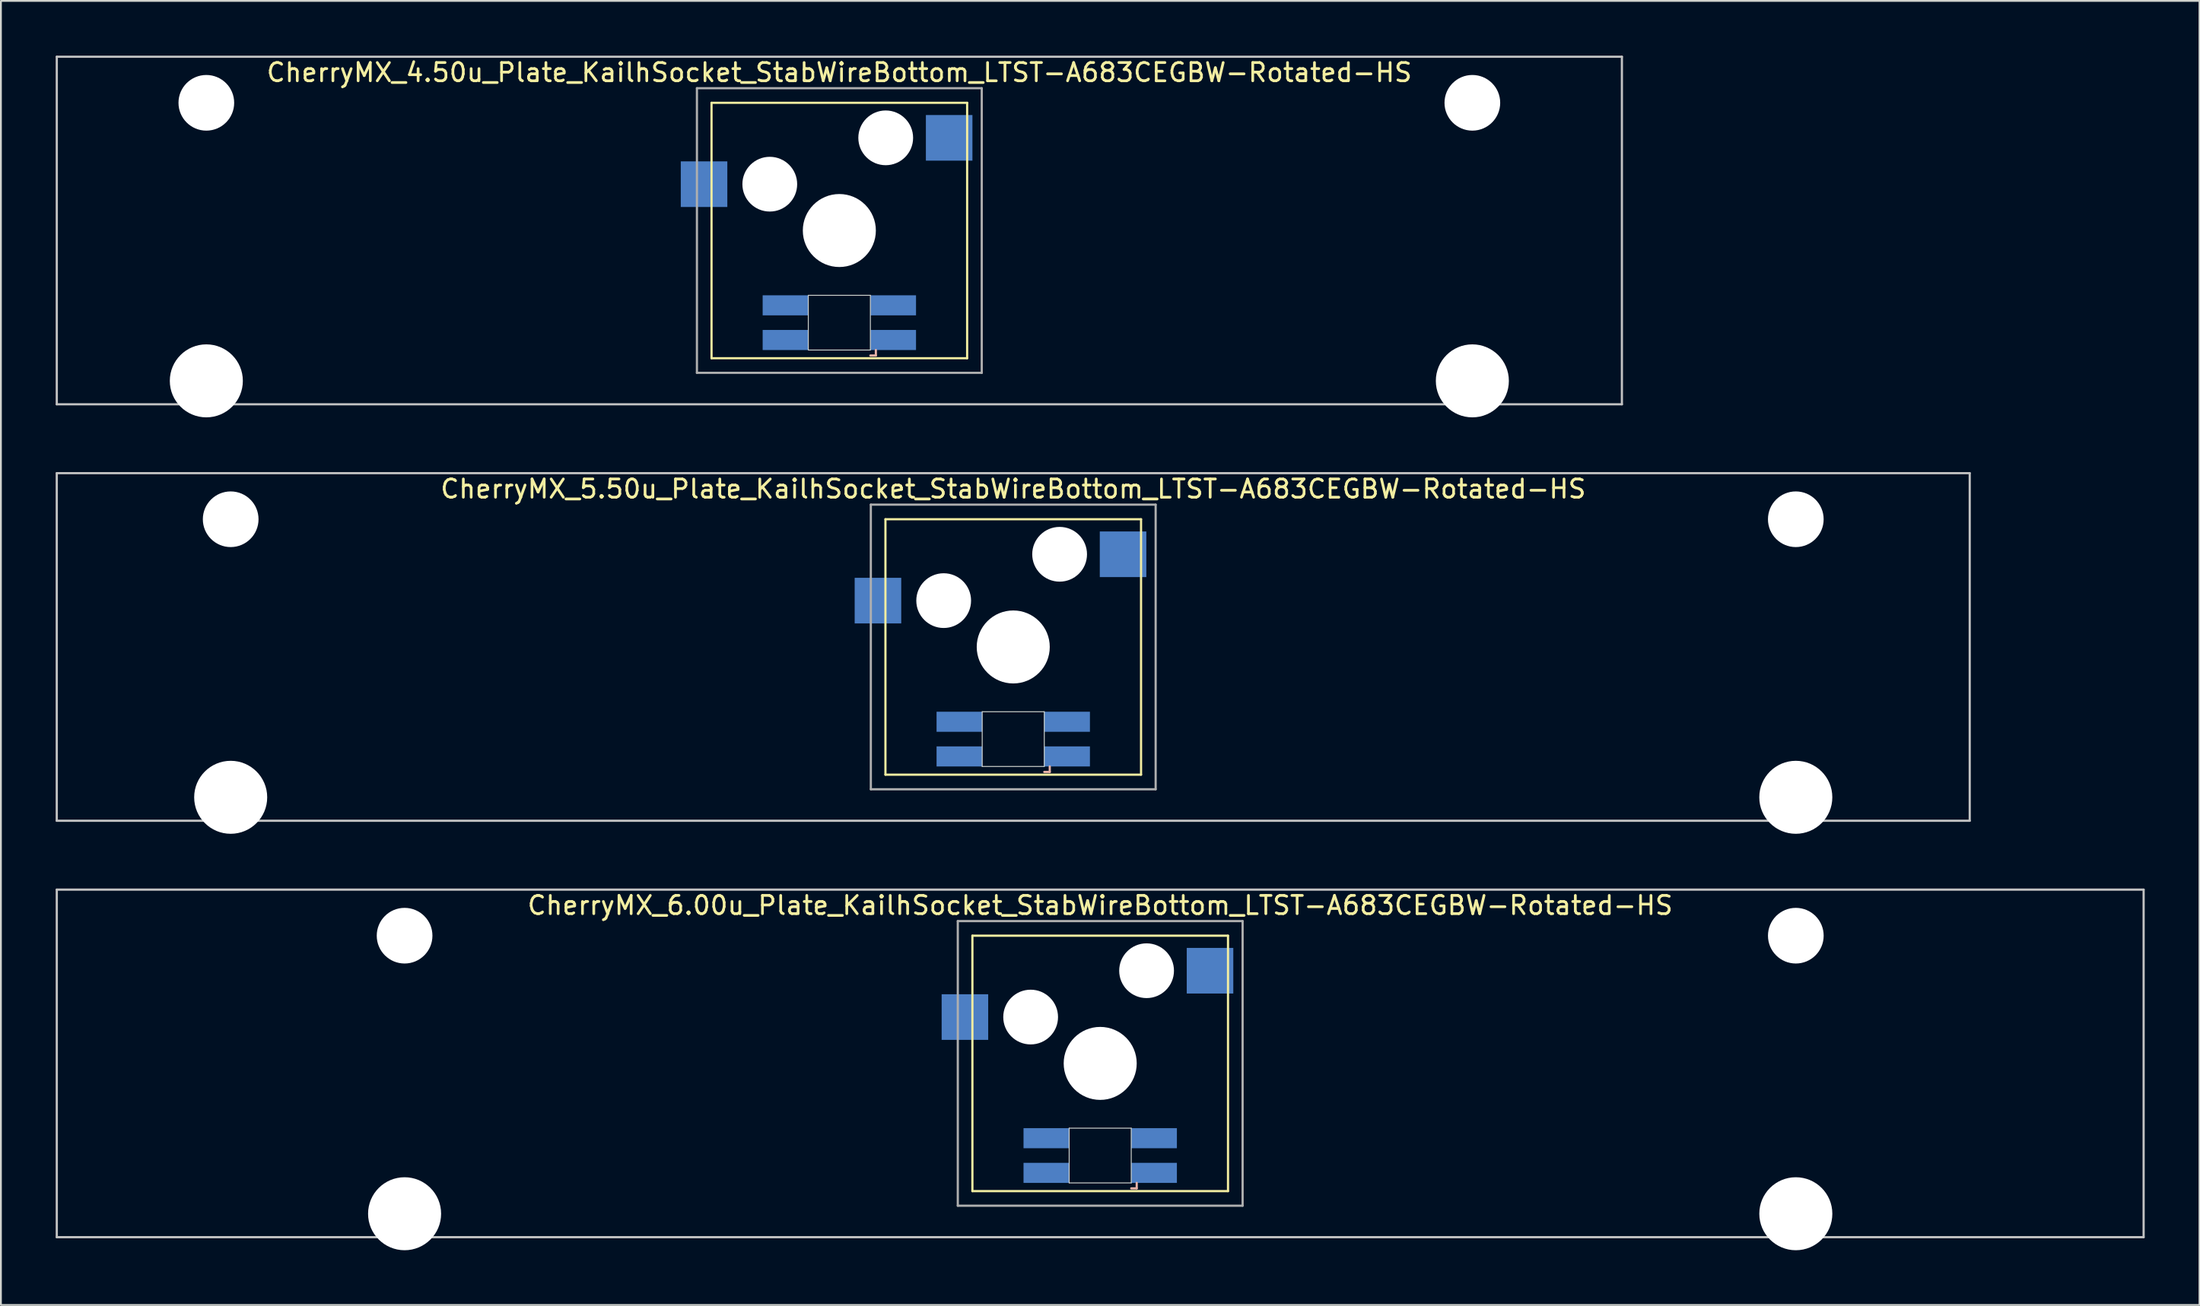
<source format=kicad_pcb>
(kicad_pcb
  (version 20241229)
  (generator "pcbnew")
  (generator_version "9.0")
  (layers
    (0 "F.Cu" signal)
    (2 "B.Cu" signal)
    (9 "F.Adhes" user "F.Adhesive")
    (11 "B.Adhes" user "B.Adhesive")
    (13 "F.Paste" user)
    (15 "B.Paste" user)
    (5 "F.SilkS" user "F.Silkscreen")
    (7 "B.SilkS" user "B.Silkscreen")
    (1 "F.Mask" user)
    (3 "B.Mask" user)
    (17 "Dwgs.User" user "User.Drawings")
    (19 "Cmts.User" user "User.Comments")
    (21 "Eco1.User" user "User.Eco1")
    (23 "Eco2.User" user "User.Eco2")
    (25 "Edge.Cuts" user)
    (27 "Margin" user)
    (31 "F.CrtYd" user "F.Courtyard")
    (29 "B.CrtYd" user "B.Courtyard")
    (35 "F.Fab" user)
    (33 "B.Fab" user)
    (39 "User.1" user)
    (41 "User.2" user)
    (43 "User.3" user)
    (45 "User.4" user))
  (footprint "CherryMX_6.00u_Plate_KailhSocket_StabWireBottom_LTST-A683CEGBW-Rotated-HS"
    (layer "F.Cu")
    (at 57.21 55.235)
    (property "Reference" "CherryMX_6.00u_Plate_KailhSocket_StabWireBottom_LTST-A683CEGBW-Rotated-HS" (at 0 -8.662 0) (layer "F.SilkS") (effects (font (size 1 1) (thickness 0.15))))
    (attr through_hole)
    (fp_line (start -7 -7) (end -7 7) (stroke (width 0.12) (type solid)) (layer "F.SilkS"))
    (fp_line (start -7 -7) (end 7 -7) (stroke (width 0.12) (type solid)) (layer "F.SilkS"))
    (fp_line (start 7 -7) (end 7 7) (stroke (width 0.12) (type solid)) (layer "F.SilkS"))
    (fp_line (start 7 7) (end -7 7) (stroke (width 0.12) (type solid)) (layer "F.SilkS"))
    (fp_line (start 1.7 6.85) (end 2 6.85) (stroke (width 0.12) (type solid)) (layer "B.SilkS"))
    (fp_line (start 2 6.85) (end 2 6.55) (stroke (width 0.12) (type solid)) (layer "B.SilkS"))
    (fp_line (start -57.15 -9.525) (end 57.15 -9.525) (stroke (width 0.12) (type solid)) (layer "Dwgs.User"))
    (fp_line (start -57.15 9.525) (end -57.15 -9.525) (stroke (width 0.12) (type solid)) (layer "Dwgs.User"))
    (fp_line (start 57.15 -9.525) (end 57.15 9.525) (stroke (width 0.12) (type solid)) (layer "Dwgs.User"))
    (fp_line (start 57.15 9.525) (end -57.15 9.525) (stroke (width 0.12) (type solid)) (layer "Dwgs.User"))
    (fp_line (start -1.7 3.55) (end 1.7 3.55) (stroke (width 0.05) (type solid)) (layer "Edge.Cuts"))
    (fp_line (start -1.7 6.55) (end -1.7 3.55) (stroke (width 0.05) (type solid)) (layer "Edge.Cuts"))
    (fp_line (start 1.7 3.55) (end 1.7 6.55) (stroke (width 0.05) (type solid)) (layer "Edge.Cuts"))
    (fp_line (start 1.7 6.55) (end -1.7 6.55) (stroke (width 0.05) (type solid)) (layer "Edge.Cuts"))
    (fp_line (start -7.8 -7.8) (end -7.8 7.8) (stroke (width 0.12) (type solid)) (layer "F.Fab"))
    (fp_line (start -7.8 -7.8) (end 7.8 -7.8) (stroke (width 0.12) (type solid)) (layer "F.Fab"))
    (fp_line (start -7.8 7.8) (end 7.8 7.8) (stroke (width 0.12) (type solid)) (layer "F.Fab"))
    (fp_line (start 7.8 -7.8) (end 7.8 7.8) (stroke (width 0.12) (type solid)) (layer "F.Fab"))
    (pad "" np_thru_hole circle (at -38.1 -7) (size 3.05 3.05) (drill 3.05) (layers "*.Cu" "*.Mask"))
    (pad "" np_thru_hole circle (at -38.1 8.24) (size 4 4) (drill 4) (layers "*.Cu" "*.Mask"))
    (pad "" np_thru_hole circle (at -3.81 -2.54) (size 3 3) (drill 3) (layers "*.Cu" "*.Mask"))
    (pad "" np_thru_hole circle (at 0 0) (size 4 4) (drill 4) (layers "*.Cu" "*.Mask"))
    (pad "" np_thru_hole circle (at 2.54 -5.08) (size 3 3) (drill 3) (layers "*.Cu" "*.Mask"))
    (pad "" np_thru_hole circle (at 38.1 -7) (size 3.05 3.05) (drill 3.05) (layers "*.Cu" "*.Mask"))
    (pad "" np_thru_hole circle (at 38.1 8.24) (size 4 4) (drill 4) (layers "*.Cu" "*.Mask"))
    (pad "1" smd rect (at -7.41 -2.54) (size 2.55 2.5) (layers "B.Cu" "B.Mask" "B.Paste"))
    (pad "2" smd rect (at 6.015 -5.08) (size 2.55 2.5) (layers "B.Cu" "B.Mask" "B.Paste"))
    (pad "3" smd rect (at 2.95 6) (size 2.5 1.1) (layers "B.Cu" "B.Mask" "B.Paste"))
    (pad "4" smd rect (at 2.95 4.1) (size 2.5 1.1) (layers "B.Cu" "B.Mask" "B.Paste"))
    (pad "5" smd rect (at -2.95 6) (size 2.5 1.1) (layers "B.Cu" "B.Mask" "B.Paste"))
    (pad "6" smd rect (at -2.95 4.1) (size 2.5 1.1) (layers "B.Cu" "B.Mask" "B.Paste")))
  (footprint "CherryMX_5.50u_Plate_KailhSocket_StabWireBottom_LTST-A683CEGBW-Rotated-HS"
    (layer "F.Cu")
    (at 52.447 32.41)
    (property "Reference" "CherryMX_5.50u_Plate_KailhSocket_StabWireBottom_LTST-A683CEGBW-Rotated-HS" (at 0 -8.662 0) (layer "F.SilkS") (effects (font (size 1 1) (thickness 0.15))))
    (attr through_hole)
    (fp_line (start -7 -7) (end -7 7) (stroke (width 0.12) (type solid)) (layer "F.SilkS"))
    (fp_line (start -7 -7) (end 7 -7) (stroke (width 0.12) (type solid)) (layer "F.SilkS"))
    (fp_line (start 7 -7) (end 7 7) (stroke (width 0.12) (type solid)) (layer "F.SilkS"))
    (fp_line (start 7 7) (end -7 7) (stroke (width 0.12) (type solid)) (layer "F.SilkS"))
    (fp_line (start 1.7 6.85) (end 2 6.85) (stroke (width 0.12) (type solid)) (layer "B.SilkS"))
    (fp_line (start 2 6.85) (end 2 6.55) (stroke (width 0.12) (type solid)) (layer "B.SilkS"))
    (fp_line (start -52.388 -9.525) (end 52.388 -9.525) (stroke (width 0.12) (type solid)) (layer "Dwgs.User"))
    (fp_line (start -52.388 9.525) (end -52.388 -9.525) (stroke (width 0.12) (type solid)) (layer "Dwgs.User"))
    (fp_line (start 52.388 -9.525) (end 52.388 9.525) (stroke (width 0.12) (type solid)) (layer "Dwgs.User"))
    (fp_line (start 52.388 9.525) (end -52.388 9.525) (stroke (width 0.12) (type solid)) (layer "Dwgs.User"))
    (fp_line (start -1.7 3.55) (end 1.7 3.55) (stroke (width 0.05) (type solid)) (layer "Edge.Cuts"))
    (fp_line (start -1.7 6.55) (end -1.7 3.55) (stroke (width 0.05) (type solid)) (layer "Edge.Cuts"))
    (fp_line (start 1.7 3.55) (end 1.7 6.55) (stroke (width 0.05) (type solid)) (layer "Edge.Cuts"))
    (fp_line (start 1.7 6.55) (end -1.7 6.55) (stroke (width 0.05) (type solid)) (layer "Edge.Cuts"))
    (fp_line (start -7.8 -7.8) (end -7.8 7.8) (stroke (width 0.12) (type solid)) (layer "F.Fab"))
    (fp_line (start -7.8 -7.8) (end 7.8 -7.8) (stroke (width 0.12) (type solid)) (layer "F.Fab"))
    (fp_line (start -7.8 7.8) (end 7.8 7.8) (stroke (width 0.12) (type solid)) (layer "F.Fab"))
    (fp_line (start 7.8 -7.8) (end 7.8 7.8) (stroke (width 0.12) (type solid)) (layer "F.Fab"))
    (pad "" np_thru_hole circle (at -42.862 -7) (size 3.05 3.05) (drill 3.05) (layers "*.Cu" "*.Mask"))
    (pad "" np_thru_hole circle (at -42.862 8.24) (size 4 4) (drill 4) (layers "*.Cu" "*.Mask"))
    (pad "" np_thru_hole circle (at -3.81 -2.54) (size 3 3) (drill 3) (layers "*.Cu" "*.Mask"))
    (pad "" np_thru_hole circle (at 0 0) (size 4 4) (drill 4) (layers "*.Cu" "*.Mask"))
    (pad "" np_thru_hole circle (at 2.54 -5.08) (size 3 3) (drill 3) (layers "*.Cu" "*.Mask"))
    (pad "" np_thru_hole circle (at 42.862 -7) (size 3.05 3.05) (drill 3.05) (layers "*.Cu" "*.Mask"))
    (pad "" np_thru_hole circle (at 42.862 8.24) (size 4 4) (drill 4) (layers "*.Cu" "*.Mask"))
    (pad "1" smd rect (at -7.41 -2.54) (size 2.55 2.5) (layers "B.Cu" "B.Mask" "B.Paste"))
    (pad "2" smd rect (at 6.015 -5.08) (size 2.55 2.5) (layers "B.Cu" "B.Mask" "B.Paste"))
    (pad "3" smd rect (at 2.95 6) (size 2.5 1.1) (layers "B.Cu" "B.Mask" "B.Paste"))
    (pad "4" smd rect (at 2.95 4.1) (size 2.5 1.1) (layers "B.Cu" "B.Mask" "B.Paste"))
    (pad "5" smd rect (at -2.95 6) (size 2.5 1.1) (layers "B.Cu" "B.Mask" "B.Paste"))
    (pad "6" smd rect (at -2.95 4.1) (size 2.5 1.1) (layers "B.Cu" "B.Mask" "B.Paste")))
  (footprint "CherryMX_4.50u_Plate_KailhSocket_StabWireBottom_LTST-A683CEGBW-Rotated-HS"
    (layer "F.Cu")
    (at 42.922 9.585)
    (property "Reference" "CherryMX_4.50u_Plate_KailhSocket_StabWireBottom_LTST-A683CEGBW-Rotated-HS" (at 0 -8.662 0) (layer "F.SilkS") (effects (font (size 1 1) (thickness 0.15))))
    (attr through_hole)
    (fp_line (start -7 -7) (end -7 7) (stroke (width 0.12) (type solid)) (layer "F.SilkS"))
    (fp_line (start -7 -7) (end 7 -7) (stroke (width 0.12) (type solid)) (layer "F.SilkS"))
    (fp_line (start 7 -7) (end 7 7) (stroke (width 0.12) (type solid)) (layer "F.SilkS"))
    (fp_line (start 7 7) (end -7 7) (stroke (width 0.12) (type solid)) (layer "F.SilkS"))
    (fp_line (start 1.7 6.85) (end 2 6.85) (stroke (width 0.12) (type solid)) (layer "B.SilkS"))
    (fp_line (start 2 6.85) (end 2 6.55) (stroke (width 0.12) (type solid)) (layer "B.SilkS"))
    (fp_line (start -42.862 -9.525) (end 42.862 -9.525) (stroke (width 0.12) (type solid)) (layer "Dwgs.User"))
    (fp_line (start -42.862 9.525) (end -42.862 -9.525) (stroke (width 0.12) (type solid)) (layer "Dwgs.User"))
    (fp_line (start 42.862 -9.525) (end 42.862 9.525) (stroke (width 0.12) (type solid)) (layer "Dwgs.User"))
    (fp_line (start 42.862 9.525) (end -42.862 9.525) (stroke (width 0.12) (type solid)) (layer "Dwgs.User"))
    (fp_line (start -1.7 3.55) (end 1.7 3.55) (stroke (width 0.05) (type solid)) (layer "Edge.Cuts"))
    (fp_line (start -1.7 6.55) (end -1.7 3.55) (stroke (width 0.05) (type solid)) (layer "Edge.Cuts"))
    (fp_line (start 1.7 3.55) (end 1.7 6.55) (stroke (width 0.05) (type solid)) (layer "Edge.Cuts"))
    (fp_line (start 1.7 6.55) (end -1.7 6.55) (stroke (width 0.05) (type solid)) (layer "Edge.Cuts"))
    (fp_line (start -7.8 -7.8) (end -7.8 7.8) (stroke (width 0.12) (type solid)) (layer "F.Fab"))
    (fp_line (start -7.8 -7.8) (end 7.8 -7.8) (stroke (width 0.12) (type solid)) (layer "F.Fab"))
    (fp_line (start -7.8 7.8) (end 7.8 7.8) (stroke (width 0.12) (type solid)) (layer "F.Fab"))
    (fp_line (start 7.8 -7.8) (end 7.8 7.8) (stroke (width 0.12) (type solid)) (layer "F.Fab"))
    (pad "" np_thru_hole circle (at -34.671 -7) (size 3.05 3.05) (drill 3.05) (layers "*.Cu" "*.Mask"))
    (pad "" np_thru_hole circle (at -34.671 8.24) (size 4 4) (drill 4) (layers "*.Cu" "*.Mask"))
    (pad "" np_thru_hole circle (at -3.81 -2.54) (size 3 3) (drill 3) (layers "*.Cu" "*.Mask"))
    (pad "" np_thru_hole circle (at 0 0) (size 4 4) (drill 4) (layers "*.Cu" "*.Mask"))
    (pad "" np_thru_hole circle (at 2.54 -5.08) (size 3 3) (drill 3) (layers "*.Cu" "*.Mask"))
    (pad "" np_thru_hole circle (at 34.671 -7) (size 3.05 3.05) (drill 3.05) (layers "*.Cu" "*.Mask"))
    (pad "" np_thru_hole circle (at 34.671 8.24) (size 4 4) (drill 4) (layers "*.Cu" "*.Mask"))
    (pad "1" smd rect (at -7.41 -2.54) (size 2.55 2.5) (layers "B.Cu" "B.Mask" "B.Paste"))
    (pad "2" smd rect (at 6.015 -5.08) (size 2.55 2.5) (layers "B.Cu" "B.Mask" "B.Paste"))
    (pad "3" smd rect (at 2.95 6) (size 2.5 1.1) (layers "B.Cu" "B.Mask" "B.Paste"))
    (pad "4" smd rect (at 2.95 4.1) (size 2.5 1.1) (layers "B.Cu" "B.Mask" "B.Paste"))
    (pad "5" smd rect (at -2.95 6) (size 2.5 1.1) (layers "B.Cu" "B.Mask" "B.Paste"))
    (pad "6" smd rect (at -2.95 4.1) (size 2.5 1.1) (layers "B.Cu" "B.Mask" "B.Paste")))
  (gr_rect
    (start -3 -3)
    (end 117.42 68.475)
    (stroke (width 0.1) (type default))
    (fill no)
    (layer "Edge.Cuts")))
</source>
